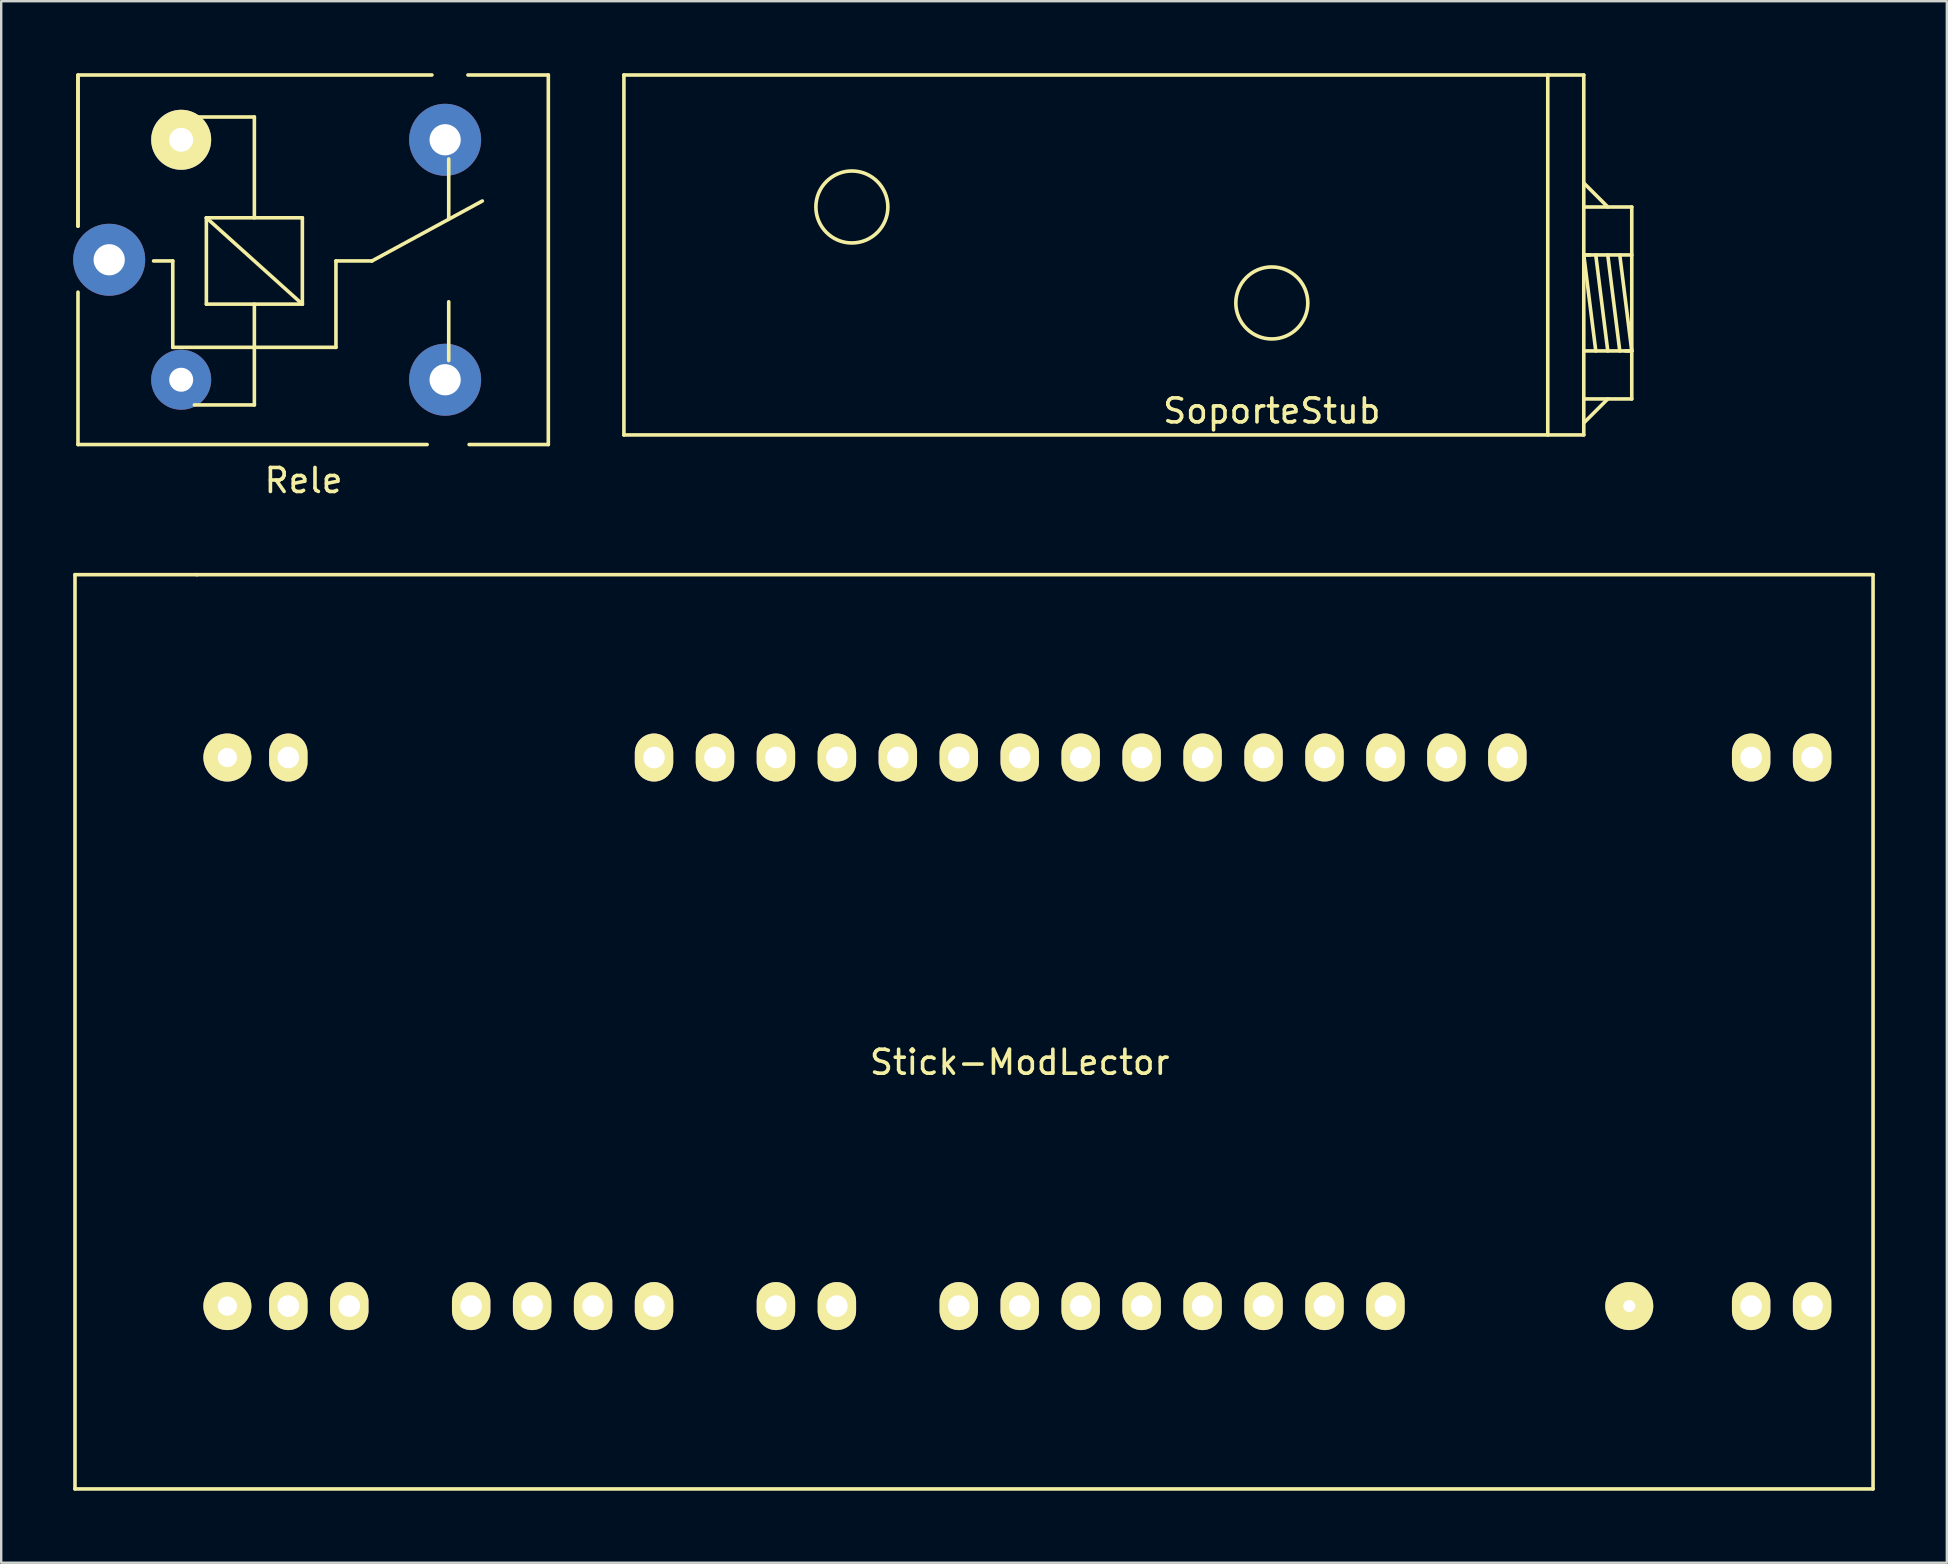
<source format=kicad_pcb>
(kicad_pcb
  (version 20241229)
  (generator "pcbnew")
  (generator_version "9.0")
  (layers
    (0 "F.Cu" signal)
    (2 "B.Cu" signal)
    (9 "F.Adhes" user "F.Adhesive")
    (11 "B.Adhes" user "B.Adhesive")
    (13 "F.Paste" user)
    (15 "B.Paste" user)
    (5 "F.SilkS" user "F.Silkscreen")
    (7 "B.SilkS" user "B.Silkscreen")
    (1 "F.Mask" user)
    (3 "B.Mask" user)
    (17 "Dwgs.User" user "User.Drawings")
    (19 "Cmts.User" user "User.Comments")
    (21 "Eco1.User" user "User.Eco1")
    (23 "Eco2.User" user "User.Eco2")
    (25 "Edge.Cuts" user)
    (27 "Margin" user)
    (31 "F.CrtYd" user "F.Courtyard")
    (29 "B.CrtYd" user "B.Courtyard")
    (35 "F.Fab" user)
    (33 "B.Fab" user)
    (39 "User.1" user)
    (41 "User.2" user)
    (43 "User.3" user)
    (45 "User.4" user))
  (footprint "Rele"
    (layer "F.Cu")
    (at 1.5 7.775)
    (property "Reference" "Rele" (at 8.1 9.2 0) (layer "F.SilkS") (effects (font (size 1 1) (thickness 0.15))))
    (attr through_hole)
    (fp_line (start -1.3 -7.7) (end 13.45 -7.7) (stroke (width 0.15) (type solid)) (layer "F.SilkS"))
    (fp_line (start -1.3 -7.65) (end -1.3 -1.4) (stroke (width 0.15) (type solid)) (layer "F.SilkS"))
    (fp_line (start -1.3 -1.4) (end -1.3 -7.7) (stroke (width 0.15) (type solid)) (layer "F.SilkS"))
    (fp_line (start -1.3 1.35) (end -1.3 7.7) (stroke (width 0.15) (type solid)) (layer "F.SilkS"))
    (fp_line (start -1.3 7.7) (end 13.25 7.7) (stroke (width 0.15) (type solid)) (layer "F.SilkS"))
    (fp_line (start 2.65 0.05) (end 1.85 0.05) (stroke (width 0.15) (type solid)) (layer "F.SilkS"))
    (fp_line (start 2.65 0.05) (end 2.65 3.65) (stroke (width 0.15) (type solid)) (layer "F.SilkS"))
    (fp_line (start 3.55 6.05) (end 6.05 6.05) (stroke (width 0.15) (type solid)) (layer "F.SilkS"))
    (fp_line (start 4.05 -1.75) (end 8.05 -1.75) (stroke (width 0.15) (type solid)) (layer "F.SilkS"))
    (fp_line (start 4.05 1.85) (end 4.05 -1.75) (stroke (width 0.15) (type solid)) (layer "F.SilkS"))
    (fp_line (start 6.05 -5.95) (end 3.55 -5.95) (stroke (width 0.15) (type solid)) (layer "F.SilkS"))
    (fp_line (start 6.05 -5.95) (end 6.05 -1.75) (stroke (width 0.15) (type solid)) (layer "F.SilkS"))
    (fp_line (start 6.05 1.85) (end 6.05 6.05) (stroke (width 0.15) (type solid)) (layer "F.SilkS"))
    (fp_line (start 8.05 -1.75) (end 8.05 1.85) (stroke (width 0.15) (type solid)) (layer "F.SilkS"))
    (fp_line (start 8.05 1.85) (end 4.05 -1.75) (stroke (width 0.15) (type solid)) (layer "F.SilkS"))
    (fp_line (start 8.05 1.85) (end 4.05 1.85) (stroke (width 0.15) (type solid)) (layer "F.SilkS"))
    (fp_line (start 9.45 0.05) (end 9.45 3.65) (stroke (width 0.15) (type solid)) (layer "F.SilkS"))
    (fp_line (start 9.45 0.05) (end 10.95 0.05) (stroke (width 0.15) (type solid)) (layer "F.SilkS"))
    (fp_line (start 9.45 3.65) (end 2.65 3.65) (stroke (width 0.15) (type solid)) (layer "F.SilkS"))
    (fp_line (start 10.95 0.05) (end 15.55 -2.45) (stroke (width 0.15) (type solid)) (layer "F.SilkS"))
    (fp_line (start 14.15 -4.2) (end 14.15 -1.7) (stroke (width 0.15) (type solid)) (layer "F.SilkS"))
    (fp_line (start 14.15 4.2) (end 14.15 1.75) (stroke (width 0.15) (type solid)) (layer "F.SilkS"))
    (fp_line (start 15 7.7) (end 18.3 7.7) (stroke (width 0.15) (type solid)) (layer "F.SilkS"))
    (fp_line (start 18.3 -7.7) (end 14.95 -7.7) (stroke (width 0.15) (type solid)) (layer "F.SilkS"))
    (fp_line (start 18.3 7.7) (end 18.3 -7.7) (stroke (width 0.15) (type solid)) (layer "F.SilkS"))
    (pad "1" thru_hole circle (at 3 5 90) (size 2.5 2.5) (drill 1) (layers "*.Cu" "*.Mask"))
    (pad "2" thru_hole circle (at 0 0 90) (size 3 3) (drill 1.3) (layers "*.Cu" "*.Mask"))
    (pad "3" thru_hole circle (at 14 5 90) (size 3 3) (drill 1.3) (layers "*.Cu" "*.Mask"))
    (pad "4" thru_hole circle (at 14 -5 90) (size 3 3) (drill 1.3) (layers "*.Cu" "*.Mask"))
    (pad "5" thru_hole circle (at 3 -5 90) (size 2.5 2.5) (drill 1) (layers "*.Cu" "*.Mask" "F.SilkS")))
  (footprint "SoporteStub"
    (layer "F.Cu")
    (at 49.95 9.575)
    (property "Reference" "SoporteStub" (at 0 4.5 0) (layer "F.SilkS") (effects (font (size 1 1) (thickness 0.15))))
    (attr through_hole)
    (fp_line (start -27 -9.5) (end -27 5.5) (stroke (width 0.15) (type solid)) (layer "F.SilkS"))
    (fp_line (start -27 -9.5) (end 13 -9.5) (stroke (width 0.15) (type solid)) (layer "F.SilkS"))
    (fp_line (start -27 5.5) (end 13 5.5) (stroke (width 0.15) (type solid)) (layer "F.SilkS"))
    (fp_line (start 11.5 -9.5) (end 11.5 5.5) (stroke (width 0.15) (type solid)) (layer "F.SilkS"))
    (fp_line (start 13 -9.5) (end 13 5.5) (stroke (width 0.15) (type solid)) (layer "F.SilkS"))
    (fp_line (start 13 -4) (end 15 -4) (stroke (width 0.15) (type solid)) (layer "F.SilkS"))
    (fp_line (start 13 -2) (end 13.25 -2) (stroke (width 0.15) (type solid)) (layer "F.SilkS"))
    (fp_line (start 13 -2) (end 13.5 2) (stroke (width 0.15) (type solid)) (layer "F.SilkS"))
    (fp_line (start 13 -2) (end 15 -2) (stroke (width 0.15) (type solid)) (layer "F.SilkS"))
    (fp_line (start 13.5 -2) (end 14 2) (stroke (width 0.15) (type solid)) (layer "F.SilkS"))
    (fp_line (start 14 -4) (end 13 -5) (stroke (width 0.15) (type solid)) (layer "F.SilkS"))
    (fp_line (start 14 -2) (end 14.5 2) (stroke (width 0.15) (type solid)) (layer "F.SilkS"))
    (fp_line (start 14 4) (end 13 5) (stroke (width 0.15) (type solid)) (layer "F.SilkS"))
    (fp_line (start 14.5 -2) (end 15 2) (stroke (width 0.15) (type solid)) (layer "F.SilkS"))
    (fp_line (start 15 -4) (end 15 4) (stroke (width 0.15) (type solid)) (layer "F.SilkS"))
    (fp_line (start 15 2) (end 13 2) (stroke (width 0.15) (type solid)) (layer "F.SilkS"))
    (fp_line (start 15 2) (end 14.75 2) (stroke (width 0.15) (type solid)) (layer "F.SilkS"))
    (fp_line (start 15 4) (end 13 4) (stroke (width 0.15) (type solid)) (layer "F.SilkS"))
    (fp_circle (center -17.5 -4) (end -17.5 -5.5) (stroke (width 0.15) (type solid)) (fill no) (layer "F.SilkS"))
    (fp_circle (center 0 0) (end -1.5 0) (stroke (width 0.15) (type solid)) (fill no) (layer "F.SilkS")))
  (footprint "Stick-ModLector"
    (layer "F.Cu")
    (at 39.445 39.948)
    (property "Reference" "Stick-ModLector" (at 0 1.27 0) (layer "F.SilkS") (effects (font (size 1 1) (thickness 0.15))))
    (attr through_hole)
    (fp_line (start -39.37 -19.05) (end -34.29 -19.05) (stroke (width 0.15) (type solid)) (layer "F.SilkS"))
    (fp_line (start -39.37 19.05) (end -39.37 -19.05) (stroke (width 0.15) (type solid)) (layer "F.SilkS"))
    (fp_line (start -34.29 -19.05) (end 35.56 -19.05) (stroke (width 0.15) (type solid)) (layer "F.SilkS"))
    (fp_line (start 35.56 -19.05) (end 35.56 19.05) (stroke (width 0.15) (type solid)) (layer "F.SilkS"))
    (fp_line (start 35.56 19.05) (end -39.37 19.05) (stroke (width 0.15) (type solid)) (layer "F.SilkS"))
    (pad "1" thru_hole oval (at -33.02 11.43) (size 2 2) (drill 0.8) (layers "*.Cu" "*.Mask" "F.SilkS"))
    (pad "2" thru_hole oval (at -30.48 11.43) (size 1.6 2) (drill 0.9) (layers "*.Cu" "*.Mask" "F.SilkS"))
    (pad "3" thru_hole oval (at -27.94 11.43) (size 1.6 2) (drill 0.9) (layers "*.Cu" "*.Mask" "F.SilkS"))
    (pad "5" thru_hole oval (at -22.86 11.43) (size 1.6 2) (drill 0.9) (layers "*.Cu" "*.Mask" "F.SilkS"))
    (pad "6" thru_hole oval (at -20.32 11.43) (size 1.6 2) (drill 0.9) (layers "*.Cu" "*.Mask" "F.SilkS"))
    (pad "7" thru_hole oval (at -17.78 11.43) (size 1.6 2) (drill 0.9) (layers "*.Cu" "*.Mask" "F.SilkS"))
    (pad "8" thru_hole oval (at -15.24 11.43) (size 1.6 2) (drill 0.9) (layers "*.Cu" "*.Mask" "F.SilkS"))
    (pad "10" thru_hole oval (at -10.16 11.43) (size 1.6 2) (drill 0.9) (layers "*.Cu" "*.Mask" "F.SilkS"))
    (pad "11" thru_hole oval (at -7.62 11.43) (size 1.6 2) (drill 0.9) (layers "*.Cu" "*.Mask" "F.SilkS"))
    (pad "13" thru_hole oval (at -2.54 11.43) (size 1.6 2) (drill 0.9) (layers "*.Cu" "*.Mask" "F.SilkS"))
    (pad "14" thru_hole oval (at 0 11.43) (size 1.6 2) (drill 0.9) (layers "*.Cu" "*.Mask" "F.SilkS"))
    (pad "15" thru_hole oval (at 2.54 11.43) (size 1.6 2) (drill 0.9) (layers "*.Cu" "*.Mask" "F.SilkS"))
    (pad "16" thru_hole oval (at 5.08 11.43) (size 1.6 2) (drill 0.9) (layers "*.Cu" "*.Mask" "F.SilkS"))
    (pad "17" thru_hole oval (at 7.62 11.43) (size 1.6 2) (drill 0.9) (layers "*.Cu" "*.Mask" "F.SilkS"))
    (pad "18" thru_hole oval (at 10.16 11.43) (size 1.6 2) (drill 0.9) (layers "*.Cu" "*.Mask" "F.SilkS"))
    (pad "19" thru_hole oval (at 12.7 11.43) (size 1.6 2) (drill 0.9) (layers "*.Cu" "*.Mask" "F.SilkS"))
    (pad "20" thru_hole oval (at 15.24 11.43) (size 1.6 2) (drill 0.9) (layers "*.Cu" "*.Mask" "F.SilkS"))
    (pad "24" thru_hole oval (at 25.4 11.43) (size 2 2) (drill 0.5) (layers "*.Cu" "*.Mask" "F.SilkS"))
    (pad "26" thru_hole oval (at 30.48 11.43) (size 1.6 2) (drill 0.9) (layers "*.Cu" "*.Mask" "F.SilkS"))
    (pad "27" thru_hole oval (at 33.02 11.43) (size 1.6 2) (drill 0.9) (layers "*.Cu" "*.Mask" "F.SilkS"))
    (pad "28" thru_hole oval (at -33.02 -11.43) (size 2 2) (drill 0.8) (layers "*.Cu" "*.Mask" "F.SilkS"))
    (pad "29" thru_hole oval (at -30.48 -11.43) (size 1.6 2) (drill 0.9) (layers "*.Cu" "*.Mask" "F.SilkS"))
    (pad "35" thru_hole oval (at -15.24 -11.43) (size 1.6 2) (drill 0.9) (layers "*.Cu" "*.Mask" "F.SilkS"))
    (pad "36" thru_hole oval (at -12.7 -11.43) (size 1.6 2) (drill 0.9) (layers "*.Cu" "*.Mask" "F.SilkS"))
    (pad "37" thru_hole oval (at -10.16 -11.43) (size 1.6 2) (drill 0.9) (layers "*.Cu" "*.Mask" "F.SilkS"))
    (pad "38" thru_hole oval (at -7.62 -11.43) (size 1.6 2) (drill 0.9) (layers "*.Cu" "*.Mask" "F.SilkS"))
    (pad "39" thru_hole oval (at -5.08 -11.43) (size 1.6 2) (drill 0.9) (layers "*.Cu" "*.Mask" "F.SilkS"))
    (pad "40" thru_hole oval (at -2.54 -11.43) (size 1.6 2) (drill 0.9) (layers "*.Cu" "*.Mask" "F.SilkS"))
    (pad "41" thru_hole oval (at 0 -11.43) (size 1.6 2) (drill 0.9) (layers "*.Cu" "*.Mask" "F.SilkS"))
    (pad "42" thru_hole oval (at 2.54 -11.43) (size 1.6 2) (drill 0.9) (layers "*.Cu" "*.Mask" "F.SilkS"))
    (pad "43" thru_hole oval (at 5.08 -11.43) (size 1.6 2) (drill 0.9) (layers "*.Cu" "*.Mask" "F.SilkS"))
    (pad "44" thru_hole oval (at 7.62 -11.43) (size 1.6 2) (drill 0.9) (layers "*.Cu" "*.Mask" "F.SilkS"))
    (pad "45" thru_hole oval (at 10.16 -11.43) (size 1.6 2) (drill 0.9) (layers "*.Cu" "*.Mask" "F.SilkS"))
    (pad "46" thru_hole oval (at 12.7 -11.43) (size 1.6 2) (drill 0.9) (layers "*.Cu" "*.Mask" "F.SilkS"))
    (pad "47" thru_hole oval (at 15.24 -11.43) (size 1.6 2) (drill 0.9) (layers "*.Cu" "*.Mask" "F.SilkS"))
    (pad "48" thru_hole oval (at 17.78 -11.43) (size 1.6 2) (drill 0.9) (layers "*.Cu" "*.Mask" "F.SilkS"))
    (pad "49" thru_hole oval (at 20.32 -11.43) (size 1.6 2) (drill 0.9) (layers "*.Cu" "*.Mask" "F.SilkS"))
    (pad "53" thru_hole oval (at 30.48 -11.43) (size 1.6 2) (drill 0.9) (layers "*.Cu" "*.Mask" "F.SilkS"))
    (pad "54" thru_hole oval (at 33.02 -11.43) (size 1.6 2) (drill 0.9) (layers "*.Cu" "*.Mask" "F.SilkS")))
  (gr_rect
    (start -3 -3)
    (end 78.08 62.073)
    (stroke (width 0.1) (type default))
    (fill no)
    (layer "Edge.Cuts")))
</source>
